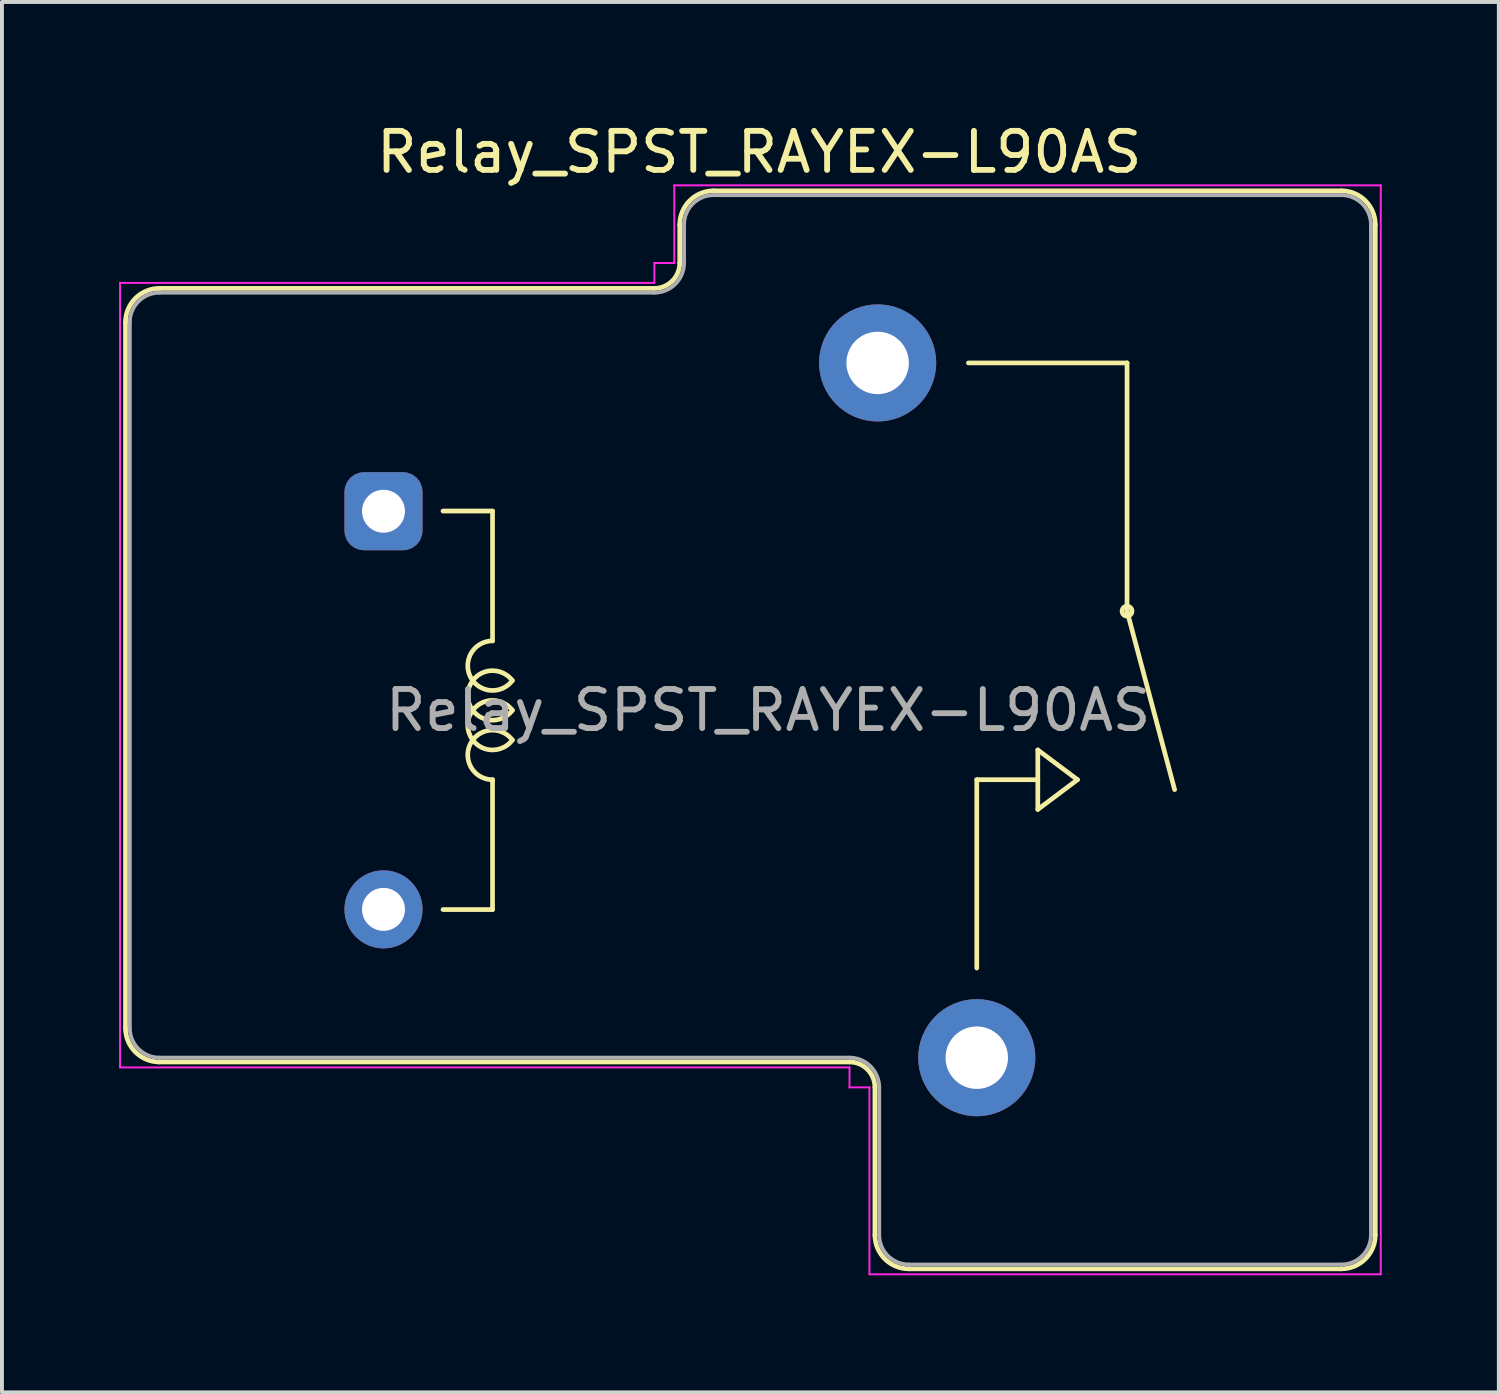
<source format=kicad_pcb>
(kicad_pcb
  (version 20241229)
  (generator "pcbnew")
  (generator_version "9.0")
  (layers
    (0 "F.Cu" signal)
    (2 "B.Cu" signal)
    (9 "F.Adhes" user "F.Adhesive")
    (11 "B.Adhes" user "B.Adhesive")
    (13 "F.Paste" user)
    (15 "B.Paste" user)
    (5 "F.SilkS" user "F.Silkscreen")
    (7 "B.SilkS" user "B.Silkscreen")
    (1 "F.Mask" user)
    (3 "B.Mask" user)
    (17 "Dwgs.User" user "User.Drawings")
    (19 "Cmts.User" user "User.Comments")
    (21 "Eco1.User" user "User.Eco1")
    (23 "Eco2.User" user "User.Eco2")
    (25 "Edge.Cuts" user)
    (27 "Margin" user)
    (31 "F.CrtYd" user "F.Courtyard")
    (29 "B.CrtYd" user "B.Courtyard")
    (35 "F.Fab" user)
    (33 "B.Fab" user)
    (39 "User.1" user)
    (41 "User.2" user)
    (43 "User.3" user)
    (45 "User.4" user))
  (footprint "Relay_SPST_RAYEX-L90AS"
    (layer "F.Cu")
    (at 4.235 15.148)
    (property "Reference" "Relay_SPST_RAYEX-L90AS" (at 12.167 -14.3 0) (layer "F.SilkS") (effects (font (size 1 1) (thickness 0.15))))
    (attr through_hole)
    (fp_line (start -4.07 -9.94) (end -4.07 8.14) (stroke (width 0.12) (type solid)) (layer "F.SilkS"))
    (fp_line (start -3.2 -10.81) (end 9.48 -10.81) (stroke (width 0.12) (type solid)) (layer "F.SilkS"))
    (fp_line (start -3.2 9.01) (end 14.48 9.01) (stroke (width 0.12) (type solid)) (layer "F.SilkS"))
    (fp_line (start 4.064 -5.105) (end 5.334 -5.105) (stroke (width 0.12) (type solid)) (layer "F.SilkS"))
    (fp_line (start 5.334 -1.778) (end 5.334 -5.105) (stroke (width 0.12) (type solid)) (layer "F.SilkS"))
    (fp_line (start 5.334 5.105) (end 4.064 5.105) (stroke (width 0.12) (type solid)) (layer "F.SilkS"))
    (fp_line (start 5.334 5.105) (end 5.334 1.778) (stroke (width 0.12) (type solid)) (layer "F.SilkS"))
    (fp_line (start 10.13 -12.44) (end 10.13 -11.46) (stroke (width 0.12) (type solid)) (layer "F.SilkS"))
    (fp_line (start 11 -13.31) (end 27.08 -13.31) (stroke (width 0.12) (type solid)) (layer "F.SilkS"))
    (fp_line (start 15.13 9.66) (end 15.13 13.44) (stroke (width 0.12) (type solid)) (layer "F.SilkS"))
    (fp_line (start 16 14.31) (end 27.08 14.31) (stroke (width 0.12) (type solid)) (layer "F.SilkS"))
    (fp_line (start 17.74 1.778) (end 19.304 1.778) (stroke (width 0.12) (type solid)) (layer "F.SilkS"))
    (fp_line (start 17.74 6.604) (end 17.74 1.778) (stroke (width 0.12) (type solid)) (layer "F.SilkS"))
    (fp_line (start 19.304 1.016) (end 19.304 2.54) (stroke (width 0.12) (type solid)) (layer "F.SilkS"))
    (fp_line (start 19.304 2.54) (end 20.32 1.778) (stroke (width 0.12) (type solid)) (layer "F.SilkS"))
    (fp_line (start 20.32 1.778) (end 19.304 1.016) (stroke (width 0.12) (type solid)) (layer "F.SilkS"))
    (fp_line (start 21.59 -8.9) (end 17.526 -8.9) (stroke (width 0.12) (type solid)) (layer "F.SilkS"))
    (fp_line (start 21.59 -2.54) (end 21.59 -8.9) (stroke (width 0.12) (type solid)) (layer "F.SilkS"))
    (fp_line (start 21.59 -2.54) (end 22.809 2.032) (stroke (width 0.12) (type solid)) (layer "F.SilkS"))
    (fp_line (start 27.95 -12.44) (end 27.95 13.44) (stroke (width 0.12) (type solid)) (layer "F.SilkS"))
    (fp_arc (start -4.07 -9.94) (mid -3.815183 -10.555183) (end -3.2 -10.81) (stroke (width 0.12) (type solid)) (layer "F.SilkS"))
    (fp_arc (start -3.2 9.01) (mid -3.815183 8.755183) (end -4.07 8.14) (stroke (width 0.12) (type solid)) (layer "F.SilkS"))
    (fp_arc (start 5.334002 1.777997) (mid 4.765966 0.859166) (end 5.841802 0.76173) (stroke (width 0.12) (type solid)) (layer "F.SilkS"))
    (fp_arc (start 5.8418 -0.761733) (mid 4.765964 -0.859168) (end 5.334 -1.778) (stroke (width 0.12) (type solid)) (layer "F.SilkS"))
    (fp_arc (start 5.842265 -0.000355) (mid 4.699002 -0.38078) (end 5.842 -0.762001) (stroke (width 0.12) (type solid)) (layer "F.SilkS"))
    (fp_arc (start 5.842266 0.761644) (mid 4.699003 0.381219) (end 5.842001 -0.000002) (stroke (width 0.12) (type solid)) (layer "F.SilkS"))
    (fp_arc (start 10.13 -12.44) (mid 10.384817 -13.055183) (end 11 -13.31) (stroke (width 0.12) (type solid)) (layer "F.SilkS"))
    (fp_arc (start 10.13 -11.46) (mid 9.939619 -11.000381) (end 9.48 -10.81) (stroke (width 0.12) (type solid)) (layer "F.SilkS"))
    (fp_arc (start 14.48 9.01) (mid 14.939619 9.200381) (end 15.13 9.66) (stroke (width 0.12) (type solid)) (layer "F.SilkS"))
    (fp_arc (start 16 14.31) (mid 15.384817 14.055183) (end 15.13 13.44) (stroke (width 0.12) (type solid)) (layer "F.SilkS"))
    (fp_arc (start 27.08 -13.31) (mid 27.695183 -13.055183) (end 27.95 -12.44) (stroke (width 0.12) (type solid)) (layer "F.SilkS"))
    (fp_arc (start 27.95 13.44) (mid 27.695183 14.055183) (end 27.08 14.31) (stroke (width 0.12) (type solid)) (layer "F.SilkS"))
    (fp_circle (center 21.59 -2.54) (end 21.59 -2.413) (stroke (width 0.12) (type solid)) (fill no) (layer "F.SilkS"))
    (fp_line (start -4.21 -10.95) (end -4.21 9.15) (stroke (width 0.05) (type solid)) (layer "F.CrtYd"))
    (fp_line (start -4.21 -10.95) (end 9.48 -10.95) (stroke (width 0.05) (type solid)) (layer "F.CrtYd"))
    (fp_line (start -4.21 9.15) (end 14.48 9.15) (stroke (width 0.05) (type solid)) (layer "F.CrtYd"))
    (fp_line (start 9.48 -11.46) (end 9.48 -10.95) (stroke (width 0.05) (type solid)) (layer "F.CrtYd"))
    (fp_line (start 9.48 -11.46) (end 9.99 -11.46) (stroke (width 0.05) (type solid)) (layer "F.CrtYd"))
    (fp_line (start 9.99 -13.45) (end 9.99 -11.46) (stroke (width 0.05) (type solid)) (layer "F.CrtYd"))
    (fp_line (start 9.99 -13.45) (end 28.09 -13.45) (stroke (width 0.05) (type solid)) (layer "F.CrtYd"))
    (fp_line (start 14.48 9.15) (end 14.48 9.66) (stroke (width 0.05) (type solid)) (layer "F.CrtYd"))
    (fp_line (start 14.48 9.66) (end 14.99 9.66) (stroke (width 0.05) (type solid)) (layer "F.CrtYd"))
    (fp_line (start 14.99 9.66) (end 14.99 14.45) (stroke (width 0.05) (type solid)) (layer "F.CrtYd"))
    (fp_line (start 14.99 14.45) (end 28.09 14.45) (stroke (width 0.05) (type solid)) (layer "F.CrtYd"))
    (fp_line (start 28.09 -13.45) (end 28.09 14.45) (stroke (width 0.05) (type solid)) (layer "F.CrtYd"))
    (fp_line (start -3.96 -9.94) (end -3.96 8.14) (stroke (width 0.1) (type solid)) (layer "F.Fab"))
    (fp_line (start -3.2 -10.7) (end 9.48 -10.7) (stroke (width 0.1) (type solid)) (layer "F.Fab"))
    (fp_line (start -3.2 8.9) (end 14.48 8.9) (stroke (width 0.1) (type solid)) (layer "F.Fab"))
    (fp_line (start 10.24 -12.44) (end 10.24 -11.46) (stroke (width 0.1) (type solid)) (layer "F.Fab"))
    (fp_line (start 11 -13.2) (end 27.08 -13.2) (stroke (width 0.1) (type solid)) (layer "F.Fab"))
    (fp_line (start 15.24 9.66) (end 15.24 13.44) (stroke (width 0.1) (type solid)) (layer "F.Fab"))
    (fp_line (start 16 14.2) (end 27.08 14.2) (stroke (width 0.1) (type solid)) (layer "F.Fab"))
    (fp_line (start 27.84 -12.44) (end 27.84 13.44) (stroke (width 0.1) (type solid)) (layer "F.Fab"))
    (fp_arc (start -3.96 -9.94) (mid -3.737401 -10.477401) (end -3.2 -10.7) (stroke (width 0.1) (type solid)) (layer "F.Fab"))
    (fp_arc (start -3.2 8.9) (mid -3.737401 8.677401) (end -3.96 8.14) (stroke (width 0.1) (type solid)) (layer "F.Fab"))
    (fp_arc (start 10.24 -12.44) (mid 10.462599 -12.977401) (end 11 -13.2) (stroke (width 0.1) (type solid)) (layer "F.Fab"))
    (fp_arc (start 10.24 -11.46) (mid 10.017401 -10.922599) (end 9.48 -10.7) (stroke (width 0.1) (type solid)) (layer "F.Fab"))
    (fp_arc (start 14.48 8.9) (mid 15.017401 9.122599) (end 15.24 9.66) (stroke (width 0.1) (type solid)) (layer "F.Fab"))
    (fp_arc (start 16 14.2) (mid 15.462599 13.977401) (end 15.24 13.44) (stroke (width 0.1) (type solid)) (layer "F.Fab"))
    (fp_arc (start 27.08 -13.2) (mid 27.617401 -12.977401) (end 27.84 -12.44) (stroke (width 0.1) (type solid)) (layer "F.Fab"))
    (fp_arc (start 27.84 13.44) (mid 27.617401 13.977401) (end 27.08 14.2) (stroke (width 0.1) (type solid)) (layer "F.Fab"))
    (fp_text user "${REFERENCE}" (at 12.395 0 0) (layer "F.Fab") (effects (font (size 1 1) (thickness 0.15))))
    (pad "13" thru_hole circle (at 15.2 -8.9 180) (size 3 3) (drill 1.6) (layers "*.Cu" "*.Mask"))
    (pad "14" thru_hole circle (at 17.74 8.9 180) (size 3 3) (drill 1.6) (layers "*.Cu" "*.Mask"))
    (pad "A1" thru_hole roundrect (at 2.54 -5.1 180) (size 2 2) (drill 1.1) (layers "*.Cu" "*.Mask") (roundrect_rratio 0.25))
    (pad "A2" thru_hole circle (at 2.54 5.1 180) (size 2 2) (drill 1.1) (layers "*.Cu" "*.Mask")))
  (gr_rect
    (start -3 -3)
    (end 35.35 32.623)
    (stroke (width 0.1) (type default))
    (fill no)
    (layer "Edge.Cuts")))
</source>
